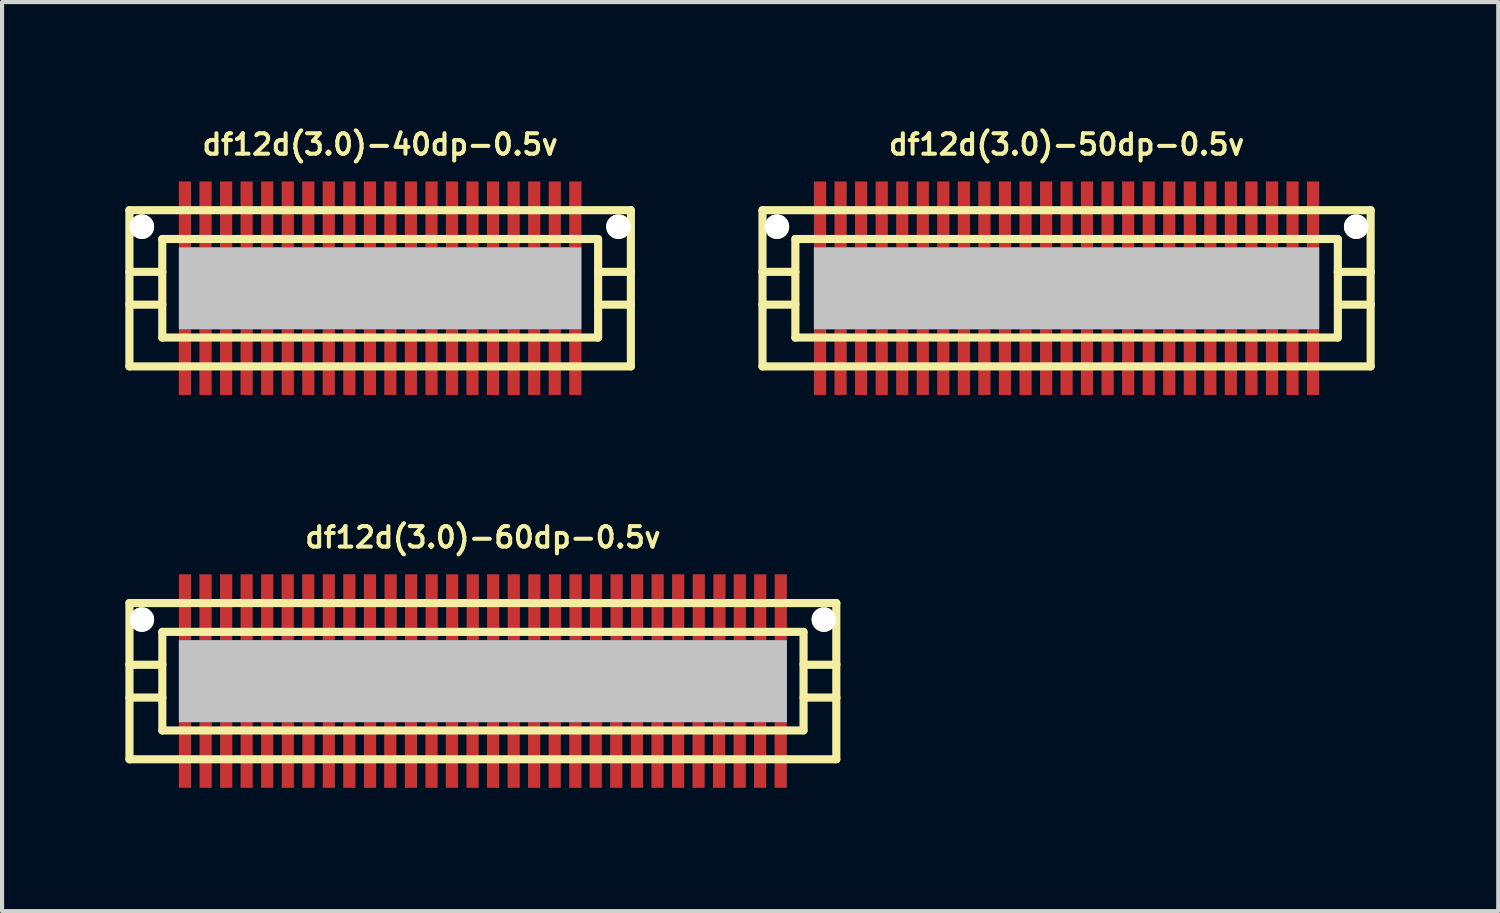
<source format=kicad_pcb>
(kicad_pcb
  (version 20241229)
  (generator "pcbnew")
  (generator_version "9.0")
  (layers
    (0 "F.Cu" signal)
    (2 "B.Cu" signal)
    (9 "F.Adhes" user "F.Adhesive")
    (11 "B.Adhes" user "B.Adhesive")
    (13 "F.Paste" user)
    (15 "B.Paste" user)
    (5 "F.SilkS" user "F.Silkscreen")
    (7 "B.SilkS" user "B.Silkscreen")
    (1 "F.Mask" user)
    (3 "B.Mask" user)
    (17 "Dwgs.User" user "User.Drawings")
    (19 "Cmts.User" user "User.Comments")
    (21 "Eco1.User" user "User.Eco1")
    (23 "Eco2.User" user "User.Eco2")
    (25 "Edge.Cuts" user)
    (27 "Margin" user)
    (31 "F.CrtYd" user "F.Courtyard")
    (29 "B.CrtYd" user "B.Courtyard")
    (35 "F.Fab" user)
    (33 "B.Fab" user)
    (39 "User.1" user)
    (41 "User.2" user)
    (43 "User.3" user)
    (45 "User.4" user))
  (footprint "df12d(3.0)-60dp-0.5v"
    (layer "F.Cu")
    (at 8.7 13.525)
    (property "Reference" "df12d(3.0)-60dp-0.5v" (at 0 -3.5 0) (layer "F.SilkS") (effects (font (size 0.498 0.498) (thickness 0.099))))
    (attr smd)
    (fp_line (start -8.6 -1.9) (end -8.6 1.9) (stroke (width 0.198) (type solid)) (layer "F.SilkS"))
    (fp_line (start -8.6 1.9) (end 8.6 1.9) (stroke (width 0.198) (type solid)) (layer "F.SilkS"))
    (fp_line (start -7.8 -1.199) (end 7.8 -1.199) (stroke (width 0.198) (type solid)) (layer "F.SilkS"))
    (fp_line (start -7.8 -0.399) (end -8.6 -0.399) (stroke (width 0.198) (type solid)) (layer "F.SilkS"))
    (fp_line (start -7.8 0.399) (end -8.6 0.399) (stroke (width 0.198) (type solid)) (layer "F.SilkS"))
    (fp_line (start -7.8 1.199) (end -7.8 -1.199) (stroke (width 0.198) (type solid)) (layer "F.SilkS"))
    (fp_line (start 7.8 1.199) (end -7.8 1.199) (stroke (width 0.198) (type solid)) (layer "F.SilkS"))
    (fp_line (start 7.803 -1.199) (end 7.803 1.199) (stroke (width 0.198) (type solid)) (layer "F.SilkS"))
    (fp_line (start 7.803 -0.399) (end 8.603 -0.399) (stroke (width 0.198) (type solid)) (layer "F.SilkS"))
    (fp_line (start 8.6 -1.9) (end -8.6 -1.9) (stroke (width 0.198) (type solid)) (layer "F.SilkS"))
    (fp_line (start 8.6 1.9) (end 8.6 -1.9) (stroke (width 0.198) (type solid)) (layer "F.SilkS"))
    (fp_line (start 8.603 0.399) (end 7.803 0.399) (stroke (width 0.198) (type solid)) (layer "F.SilkS"))
    (pad "" np_thru_hole circle (at -8.298 -1.499) (size 0.597 0.597) (drill 0.597) (layers "*.Cu" "*.Mask" "F.SilkS"))
    (pad "" smd rect (at 0 0) (size 14.798 1.999) (layers "Dwgs.User"))
    (pad "" np_thru_hole circle (at 8.298 -1.499) (size 0.597 0.597) (drill 0.597) (layers "*.Cu" "*.Mask" "F.SilkS"))
    (pad "1" smd rect (at 7.247 1.796) (size 0.297 1.598) (layers "F.Cu" "F.Mask" "F.Paste"))
    (pad "2" smd rect (at 6.746 1.796) (size 0.297 1.598) (layers "F.Cu" "F.Mask" "F.Paste"))
    (pad "3" smd rect (at 6.248 1.796) (size 0.297 1.598) (layers "F.Cu" "F.Mask" "F.Paste"))
    (pad "4" smd rect (at 5.748 1.796) (size 0.297 1.598) (layers "F.Cu" "F.Mask" "F.Paste"))
    (pad "5" smd rect (at 5.248 1.796) (size 0.297 1.598) (layers "F.Cu" "F.Mask" "F.Paste"))
    (pad "6" smd rect (at 4.75 1.796) (size 0.297 1.598) (layers "F.Cu" "F.Mask" "F.Paste"))
    (pad "7" smd rect (at 4.249 1.796) (size 0.297 1.598) (layers "F.Cu" "F.Mask" "F.Paste"))
    (pad "8" smd rect (at 3.749 1.796) (size 0.297 1.598) (layers "F.Cu" "F.Mask" "F.Paste"))
    (pad "9" smd rect (at 3.246 1.796) (size 0.297 1.598) (layers "F.Cu" "F.Mask" "F.Paste"))
    (pad "10" smd rect (at 2.746 1.796) (size 0.297 1.598) (layers "F.Cu" "F.Mask" "F.Paste"))
    (pad "11" smd rect (at 2.25 1.796) (size 0.297 1.598) (layers "F.Cu" "F.Mask" "F.Paste"))
    (pad "12" smd rect (at 1.748 1.796) (size 0.297 1.598) (layers "F.Cu" "F.Mask" "F.Paste"))
    (pad "13" smd rect (at 1.247 1.796) (size 0.297 1.598) (layers "F.Cu" "F.Mask" "F.Paste"))
    (pad "14" smd rect (at 0.749 1.796) (size 0.297 1.598) (layers "F.Cu" "F.Mask" "F.Paste"))
    (pad "15" smd rect (at 0.249 1.796) (size 0.297 1.598) (layers "F.Cu" "F.Mask" "F.Paste"))
    (pad "16" smd rect (at -0.251 1.796) (size 0.297 1.598) (layers "F.Cu" "F.Mask" "F.Paste"))
    (pad "17" smd rect (at -0.754 1.796) (size 0.297 1.598) (layers "F.Cu" "F.Mask" "F.Paste"))
    (pad "18" smd rect (at -1.25 1.796) (size 0.297 1.598) (layers "F.Cu" "F.Mask" "F.Paste"))
    (pad "19" smd rect (at -1.75 1.796) (size 0.297 1.598) (layers "F.Cu" "F.Mask" "F.Paste"))
    (pad "20" smd rect (at -2.253 1.796) (size 0.297 1.598) (layers "F.Cu" "F.Mask" "F.Paste"))
    (pad "21" smd rect (at -2.746 1.796) (size 0.297 1.598) (layers "F.Cu" "F.Mask" "F.Paste"))
    (pad "22" smd rect (at -3.249 1.796) (size 0.297 1.598) (layers "F.Cu" "F.Mask" "F.Paste"))
    (pad "23" smd rect (at -3.749 1.796) (size 0.297 1.598) (layers "F.Cu" "F.Mask" "F.Paste"))
    (pad "24" smd rect (at -4.244 1.796) (size 0.297 1.598) (layers "F.Cu" "F.Mask" "F.Paste"))
    (pad "25" smd rect (at -4.747 1.796) (size 0.297 1.598) (layers "F.Cu" "F.Mask" "F.Paste"))
    (pad "26" smd rect (at -5.248 1.796) (size 0.297 1.598) (layers "F.Cu" "F.Mask" "F.Paste"))
    (pad "27" smd rect (at -5.748 1.796) (size 0.297 1.598) (layers "F.Cu" "F.Mask" "F.Paste"))
    (pad "28" smd rect (at -6.246 1.796) (size 0.297 1.598) (layers "F.Cu" "F.Mask" "F.Paste"))
    (pad "29" smd rect (at -6.746 1.796) (size 0.297 1.598) (layers "F.Cu" "F.Mask" "F.Paste"))
    (pad "30" smd rect (at -7.249 1.796) (size 0.297 1.598) (layers "F.Cu" "F.Mask" "F.Paste"))
    (pad "31" smd rect (at -7.249 -1.801) (size 0.297 1.598) (layers "F.Cu" "F.Mask" "F.Paste"))
    (pad "32" smd rect (at -6.749 -1.801) (size 0.297 1.598) (layers "F.Cu" "F.Mask" "F.Paste"))
    (pad "33" smd rect (at -6.248 -1.801) (size 0.297 1.598) (layers "F.Cu" "F.Mask" "F.Paste"))
    (pad "34" smd rect (at -5.748 -1.801) (size 0.297 1.598) (layers "F.Cu" "F.Mask" "F.Paste"))
    (pad "35" smd rect (at -5.248 -1.801) (size 0.297 1.598) (layers "F.Cu" "F.Mask" "F.Paste"))
    (pad "36" smd rect (at -4.75 -1.801) (size 0.297 1.598) (layers "F.Cu" "F.Mask" "F.Paste"))
    (pad "37" smd rect (at -4.249 -1.801) (size 0.297 1.598) (layers "F.Cu" "F.Mask" "F.Paste"))
    (pad "38" smd rect (at -3.749 -1.801) (size 0.297 1.598) (layers "F.Cu" "F.Mask" "F.Paste"))
    (pad "39" smd rect (at -3.249 -1.801) (size 0.297 1.598) (layers "F.Cu" "F.Mask" "F.Paste"))
    (pad "40" smd rect (at -2.748 -1.801) (size 0.297 1.598) (layers "F.Cu" "F.Mask" "F.Paste"))
    (pad "41" smd rect (at -2.245 -1.801) (size 0.297 1.598) (layers "F.Cu" "F.Mask" "F.Paste"))
    (pad "42" smd rect (at -1.745 -1.801) (size 0.297 1.598) (layers "F.Cu" "F.Mask" "F.Paste"))
    (pad "43" smd rect (at -1.247 -1.801) (size 0.297 1.598) (layers "F.Cu" "F.Mask" "F.Paste"))
    (pad "44" smd rect (at -0.747 -1.801) (size 0.297 1.598) (layers "F.Cu" "F.Mask" "F.Paste"))
    (pad "45" smd rect (at -0.246 -1.801) (size 0.297 1.598) (layers "F.Cu" "F.Mask" "F.Paste"))
    (pad "46" smd rect (at 0.251 -1.801) (size 0.297 1.598) (layers "F.Cu" "F.Mask" "F.Paste"))
    (pad "47" smd rect (at 0.752 -1.801) (size 0.297 1.598) (layers "F.Cu" "F.Mask" "F.Paste"))
    (pad "48" smd rect (at 1.252 -1.801) (size 0.297 1.598) (layers "F.Cu" "F.Mask" "F.Paste"))
    (pad "49" smd rect (at 1.755 -1.801) (size 0.297 1.598) (layers "F.Cu" "F.Mask" "F.Paste"))
    (pad "50" smd rect (at 2.256 -1.801) (size 0.297 1.598) (layers "F.Cu" "F.Mask" "F.Paste"))
    (pad "51" smd rect (at 2.751 -1.801) (size 0.297 1.598) (layers "F.Cu" "F.Mask" "F.Paste"))
    (pad "52" smd rect (at 3.254 -1.801) (size 0.297 1.598) (layers "F.Cu" "F.Mask" "F.Paste"))
    (pad "53" smd rect (at 3.754 -1.801) (size 0.297 1.598) (layers "F.Cu" "F.Mask" "F.Paste"))
    (pad "54" smd rect (at 4.252 -1.801) (size 0.297 1.598) (layers "F.Cu" "F.Mask" "F.Paste"))
    (pad "55" smd rect (at 4.752 -1.801) (size 0.297 1.598) (layers "F.Cu" "F.Mask" "F.Paste"))
    (pad "56" smd rect (at 5.253 -1.801) (size 0.297 1.598) (layers "F.Cu" "F.Mask" "F.Paste"))
    (pad "57" smd rect (at 5.756 -1.801) (size 0.297 1.598) (layers "F.Cu" "F.Mask" "F.Paste"))
    (pad "58" smd rect (at 6.251 -1.801) (size 0.297 1.598) (layers "F.Cu" "F.Mask" "F.Paste"))
    (pad "59" smd rect (at 6.749 -1.801) (size 0.297 1.598) (layers "F.Cu" "F.Mask" "F.Paste"))
    (pad "60" smd rect (at 7.249 -1.801) (size 0.297 1.598) (layers "F.Cu" "F.Mask" "F.Paste")))
  (footprint "df12d(3.0)-40dp-0.5v"
    (layer "F.Cu")
    (at 6.2 3.965)
    (property "Reference" "df12d(3.0)-40dp-0.5v" (at 0 -3.5 0) (layer "F.SilkS") (effects (font (size 0.498 0.498) (thickness 0.099))))
    (attr smd)
    (fp_line (start -6.101 -1.9) (end -6.101 1.9) (stroke (width 0.198) (type solid)) (layer "F.SilkS"))
    (fp_line (start -6.101 1.9) (end 6.101 1.9) (stroke (width 0.198) (type solid)) (layer "F.SilkS"))
    (fp_line (start -5.301 -1.199) (end 5.301 -1.199) (stroke (width 0.198) (type solid)) (layer "F.SilkS"))
    (fp_line (start -5.301 -0.399) (end -6.101 -0.399) (stroke (width 0.198) (type solid)) (layer "F.SilkS"))
    (fp_line (start -5.301 0.399) (end -6.101 0.399) (stroke (width 0.198) (type solid)) (layer "F.SilkS"))
    (fp_line (start -5.301 1.199) (end -5.301 -1.199) (stroke (width 0.198) (type solid)) (layer "F.SilkS"))
    (fp_line (start 5.301 1.199) (end -5.301 1.199) (stroke (width 0.198) (type solid)) (layer "F.SilkS"))
    (fp_line (start 5.304 -1.199) (end 5.304 1.199) (stroke (width 0.198) (type solid)) (layer "F.SilkS"))
    (fp_line (start 5.304 -0.399) (end 6.104 -0.399) (stroke (width 0.198) (type solid)) (layer "F.SilkS"))
    (fp_line (start 6.101 -1.9) (end -6.101 -1.9) (stroke (width 0.198) (type solid)) (layer "F.SilkS"))
    (fp_line (start 6.101 1.9) (end 6.101 -1.9) (stroke (width 0.198) (type solid)) (layer "F.SilkS"))
    (fp_line (start 6.104 0.399) (end 5.304 0.399) (stroke (width 0.198) (type solid)) (layer "F.SilkS"))
    (pad "" np_thru_hole circle (at -5.799 -1.499) (size 0.597 0.597) (drill 0.597) (layers "*.Cu" "*.Mask" "F.SilkS"))
    (pad "" smd rect (at 0 0) (size 9.799 1.999) (layers "Dwgs.User"))
    (pad "" np_thru_hole circle (at 5.799 -1.499) (size 0.597 0.597) (drill 0.597) (layers "*.Cu" "*.Mask" "F.SilkS"))
    (pad "1" smd rect (at 4.75 1.796) (size 0.297 1.598) (layers "F.Cu" "F.Mask" "F.Paste"))
    (pad "2" smd rect (at 4.249 1.796) (size 0.297 1.598) (layers "F.Cu" "F.Mask" "F.Paste"))
    (pad "3" smd rect (at 3.749 1.796) (size 0.297 1.598) (layers "F.Cu" "F.Mask" "F.Paste"))
    (pad "4" smd rect (at 3.249 1.796) (size 0.297 1.598) (layers "F.Cu" "F.Mask" "F.Paste"))
    (pad "5" smd rect (at 2.748 1.796) (size 0.297 1.598) (layers "F.Cu" "F.Mask" "F.Paste"))
    (pad "6" smd rect (at 2.248 1.796) (size 0.297 1.598) (layers "F.Cu" "F.Mask" "F.Paste"))
    (pad "7" smd rect (at 1.748 1.796) (size 0.297 1.598) (layers "F.Cu" "F.Mask" "F.Paste"))
    (pad "8" smd rect (at 1.25 1.796) (size 0.297 1.598) (layers "F.Cu" "F.Mask" "F.Paste"))
    (pad "9" smd rect (at 0.749 1.796) (size 0.297 1.598) (layers "F.Cu" "F.Mask" "F.Paste"))
    (pad "10" smd rect (at 0.249 1.796) (size 0.297 1.598) (layers "F.Cu" "F.Mask" "F.Paste"))
    (pad "11" smd rect (at -0.249 1.796) (size 0.297 1.598) (layers "F.Cu" "F.Mask" "F.Paste"))
    (pad "12" smd rect (at -0.749 1.796) (size 0.297 1.598) (layers "F.Cu" "F.Mask" "F.Paste"))
    (pad "13" smd rect (at -1.25 1.796) (size 0.297 1.598) (layers "F.Cu" "F.Mask" "F.Paste"))
    (pad "14" smd rect (at -1.748 1.796) (size 0.297 1.598) (layers "F.Cu" "F.Mask" "F.Paste"))
    (pad "15" smd rect (at -2.248 1.796) (size 0.297 1.598) (layers "F.Cu" "F.Mask" "F.Paste"))
    (pad "16" smd rect (at -2.748 1.796) (size 0.297 1.598) (layers "F.Cu" "F.Mask" "F.Paste"))
    (pad "17" smd rect (at -3.249 1.796) (size 0.297 1.598) (layers "F.Cu" "F.Mask" "F.Paste"))
    (pad "18" smd rect (at -3.749 1.796) (size 0.297 1.598) (layers "F.Cu" "F.Mask" "F.Paste"))
    (pad "19" smd rect (at -4.249 1.796) (size 0.297 1.598) (layers "F.Cu" "F.Mask" "F.Paste"))
    (pad "20" smd rect (at -4.75 1.796) (size 0.297 1.598) (layers "F.Cu" "F.Mask" "F.Paste"))
    (pad "21" smd rect (at -4.75 -1.801) (size 0.297 1.598) (layers "F.Cu" "F.Mask" "F.Paste"))
    (pad "22" smd rect (at -4.249 -1.801) (size 0.297 1.598) (layers "F.Cu" "F.Mask" "F.Paste"))
    (pad "23" smd rect (at -3.749 -1.801) (size 0.297 1.598) (layers "F.Cu" "F.Mask" "F.Paste"))
    (pad "24" smd rect (at -3.249 -1.801) (size 0.297 1.598) (layers "F.Cu" "F.Mask" "F.Paste"))
    (pad "25" smd rect (at -2.748 -1.801) (size 0.297 1.598) (layers "F.Cu" "F.Mask" "F.Paste"))
    (pad "26" smd rect (at -2.248 -1.801) (size 0.297 1.598) (layers "F.Cu" "F.Mask" "F.Paste"))
    (pad "27" smd rect (at -1.748 -1.801) (size 0.297 1.598) (layers "F.Cu" "F.Mask" "F.Paste"))
    (pad "28" smd rect (at -1.25 -1.801) (size 0.297 1.598) (layers "F.Cu" "F.Mask" "F.Paste"))
    (pad "29" smd rect (at -0.749 -1.801) (size 0.297 1.598) (layers "F.Cu" "F.Mask" "F.Paste"))
    (pad "30" smd rect (at -0.249 -1.801) (size 0.297 1.598) (layers "F.Cu" "F.Mask" "F.Paste"))
    (pad "31" smd rect (at 0.249 -1.801) (size 0.297 1.598) (layers "F.Cu" "F.Mask" "F.Paste"))
    (pad "32" smd rect (at 0.749 -1.801) (size 0.297 1.598) (layers "F.Cu" "F.Mask" "F.Paste"))
    (pad "33" smd rect (at 1.25 -1.801) (size 0.297 1.598) (layers "F.Cu" "F.Mask" "F.Paste"))
    (pad "34" smd rect (at 1.748 -1.801) (size 0.297 1.598) (layers "F.Cu" "F.Mask" "F.Paste"))
    (pad "35" smd rect (at 2.248 -1.801) (size 0.297 1.598) (layers "F.Cu" "F.Mask" "F.Paste"))
    (pad "36" smd rect (at 2.748 -1.801) (size 0.297 1.598) (layers "F.Cu" "F.Mask" "F.Paste"))
    (pad "37" smd rect (at 3.249 -1.801) (size 0.297 1.598) (layers "F.Cu" "F.Mask" "F.Paste"))
    (pad "38" smd rect (at 3.749 -1.801) (size 0.297 1.598) (layers "F.Cu" "F.Mask" "F.Paste"))
    (pad "39" smd rect (at 4.249 -1.801) (size 0.297 1.598) (layers "F.Cu" "F.Mask" "F.Paste"))
    (pad "40" smd rect (at 4.75 -1.801) (size 0.297 1.598) (layers "F.Cu" "F.Mask" "F.Paste")))
  (footprint "df12d(3.0)-50dp-0.5v"
    (layer "F.Cu")
    (at 22.903 3.965)
    (property "Reference" "df12d(3.0)-50dp-0.5v" (at 0 -3.5 0) (layer "F.SilkS") (effects (font (size 0.498 0.498) (thickness 0.099))))
    (attr smd)
    (fp_line (start -7.399 -1.9) (end -7.399 1.9) (stroke (width 0.198) (type solid)) (layer "F.SilkS"))
    (fp_line (start -7.399 1.9) (end 7.399 1.9) (stroke (width 0.198) (type solid)) (layer "F.SilkS"))
    (fp_line (start -6.601 -0.399) (end -7.402 -0.399) (stroke (width 0.198) (type solid)) (layer "F.SilkS"))
    (fp_line (start -6.601 0.399) (end -7.402 0.399) (stroke (width 0.198) (type solid)) (layer "F.SilkS"))
    (fp_line (start -6.599 -1.199) (end 6.599 -1.199) (stroke (width 0.198) (type solid)) (layer "F.SilkS"))
    (fp_line (start -6.599 1.199) (end -6.599 -1.199) (stroke (width 0.198) (type solid)) (layer "F.SilkS"))
    (fp_line (start 6.599 1.199) (end -6.599 1.199) (stroke (width 0.198) (type solid)) (layer "F.SilkS"))
    (fp_line (start 6.601 -1.199) (end 6.601 1.199) (stroke (width 0.198) (type solid)) (layer "F.SilkS"))
    (fp_line (start 6.601 -0.399) (end 7.402 -0.399) (stroke (width 0.198) (type solid)) (layer "F.SilkS"))
    (fp_line (start 7.399 -1.9) (end -7.399 -1.9) (stroke (width 0.198) (type solid)) (layer "F.SilkS"))
    (fp_line (start 7.399 1.9) (end 7.399 -1.9) (stroke (width 0.198) (type solid)) (layer "F.SilkS"))
    (fp_line (start 7.404 0.399) (end 6.604 0.399) (stroke (width 0.198) (type solid)) (layer "F.SilkS"))
    (pad "" np_thru_hole circle (at -7.048 -1.499) (size 0.597 0.597) (drill 0.597) (layers "*.Cu" "*.Mask" "F.SilkS"))
    (pad "" smd rect (at 0 0) (size 12.299 1.999) (layers "Dwgs.User"))
    (pad "" np_thru_hole circle (at 7.048 -1.499) (size 0.597 0.597) (drill 0.597) (layers "*.Cu" "*.Mask" "F.SilkS"))
    (pad "1" smd rect (at 5.999 1.796) (size 0.297 1.598) (layers "F.Cu" "F.Mask" "F.Paste"))
    (pad "2" smd rect (at 5.499 1.796) (size 0.297 1.598) (layers "F.Cu" "F.Mask" "F.Paste"))
    (pad "3" smd rect (at 4.999 1.796) (size 0.297 1.598) (layers "F.Cu" "F.Mask" "F.Paste"))
    (pad "4" smd rect (at 4.498 1.796) (size 0.297 1.598) (layers "F.Cu" "F.Mask" "F.Paste"))
    (pad "5" smd rect (at 3.998 1.796) (size 0.297 1.598) (layers "F.Cu" "F.Mask" "F.Paste"))
    (pad "6" smd rect (at 3.498 1.796) (size 0.297 1.598) (layers "F.Cu" "F.Mask" "F.Paste"))
    (pad "7" smd rect (at 3 1.796) (size 0.297 1.598) (layers "F.Cu" "F.Mask" "F.Paste"))
    (pad "8" smd rect (at 2.499 1.796) (size 0.297 1.598) (layers "F.Cu" "F.Mask" "F.Paste"))
    (pad "9" smd rect (at 1.999 1.796) (size 0.297 1.598) (layers "F.Cu" "F.Mask" "F.Paste"))
    (pad "10" smd rect (at 1.499 1.796) (size 0.297 1.598) (layers "F.Cu" "F.Mask" "F.Paste"))
    (pad "11" smd rect (at 0.998 1.796) (size 0.297 1.598) (layers "F.Cu" "F.Mask" "F.Paste"))
    (pad "12" smd rect (at 0.498 1.796) (size 0.297 1.598) (layers "F.Cu" "F.Mask" "F.Paste"))
    (pad "13" smd rect (at 0 1.796) (size 0.297 1.598) (layers "F.Cu" "F.Mask" "F.Paste"))
    (pad "14" smd rect (at -0.498 1.796) (size 0.297 1.598) (layers "F.Cu" "F.Mask" "F.Paste"))
    (pad "15" smd rect (at -0.998 1.796) (size 0.297 1.598) (layers "F.Cu" "F.Mask" "F.Paste"))
    (pad "16" smd rect (at -1.499 1.796) (size 0.297 1.598) (layers "F.Cu" "F.Mask" "F.Paste"))
    (pad "17" smd rect (at -1.999 1.796) (size 0.297 1.598) (layers "F.Cu" "F.Mask" "F.Paste"))
    (pad "18" smd rect (at -2.499 1.796) (size 0.297 1.598) (layers "F.Cu" "F.Mask" "F.Paste"))
    (pad "19" smd rect (at -3 1.796) (size 0.297 1.598) (layers "F.Cu" "F.Mask" "F.Paste"))
    (pad "20" smd rect (at -3.498 1.796) (size 0.297 1.598) (layers "F.Cu" "F.Mask" "F.Paste"))
    (pad "21" smd rect (at -3.998 1.796) (size 0.297 1.598) (layers "F.Cu" "F.Mask" "F.Paste"))
    (pad "22" smd rect (at -4.498 1.796) (size 0.297 1.598) (layers "F.Cu" "F.Mask" "F.Paste"))
    (pad "23" smd rect (at -4.999 1.796) (size 0.297 1.598) (layers "F.Cu" "F.Mask" "F.Paste"))
    (pad "24" smd rect (at -5.499 1.796) (size 0.297 1.598) (layers "F.Cu" "F.Mask" "F.Paste"))
    (pad "25" smd rect (at -5.999 1.796) (size 0.297 1.598) (layers "F.Cu" "F.Mask" "F.Paste"))
    (pad "26" smd rect (at -5.999 -1.801) (size 0.297 1.598) (layers "F.Cu" "F.Mask" "F.Paste"))
    (pad "27" smd rect (at -5.499 -1.801) (size 0.297 1.598) (layers "F.Cu" "F.Mask" "F.Paste"))
    (pad "28" smd rect (at -4.999 -1.801) (size 0.297 1.598) (layers "F.Cu" "F.Mask" "F.Paste"))
    (pad "29" smd rect (at -4.498 -1.801) (size 0.297 1.598) (layers "F.Cu" "F.Mask" "F.Paste"))
    (pad "30" smd rect (at -3.998 -1.801) (size 0.297 1.598) (layers "F.Cu" "F.Mask" "F.Paste"))
    (pad "31" smd rect (at -3.498 -1.801) (size 0.297 1.598) (layers "F.Cu" "F.Mask" "F.Paste"))
    (pad "32" smd rect (at -3 -1.801) (size 0.297 1.598) (layers "F.Cu" "F.Mask" "F.Paste"))
    (pad "33" smd rect (at -2.499 -1.801) (size 0.297 1.598) (layers "F.Cu" "F.Mask" "F.Paste"))
    (pad "34" smd rect (at -1.999 -1.801) (size 0.297 1.598) (layers "F.Cu" "F.Mask" "F.Paste"))
    (pad "35" smd rect (at -1.499 -1.801) (size 0.297 1.598) (layers "F.Cu" "F.Mask" "F.Paste"))
    (pad "36" smd rect (at -0.998 -1.801) (size 0.297 1.598) (layers "F.Cu" "F.Mask" "F.Paste"))
    (pad "37" smd rect (at -0.498 -1.801) (size 0.297 1.598) (layers "F.Cu" "F.Mask" "F.Paste"))
    (pad "38" smd rect (at 0 -1.801) (size 0.297 1.598) (layers "F.Cu" "F.Mask" "F.Paste"))
    (pad "39" smd rect (at 0.498 -1.801) (size 0.297 1.598) (layers "F.Cu" "F.Mask" "F.Paste"))
    (pad "40" smd rect (at 0.998 -1.801) (size 0.297 1.598) (layers "F.Cu" "F.Mask" "F.Paste"))
    (pad "41" smd rect (at 1.499 -1.801) (size 0.297 1.598) (layers "F.Cu" "F.Mask" "F.Paste"))
    (pad "42" smd rect (at 1.999 -1.801) (size 0.297 1.598) (layers "F.Cu" "F.Mask" "F.Paste"))
    (pad "43" smd rect (at 2.499 -1.801) (size 0.297 1.598) (layers "F.Cu" "F.Mask" "F.Paste"))
    (pad "44" smd rect (at 3 -1.801) (size 0.297 1.598) (layers "F.Cu" "F.Mask" "F.Paste"))
    (pad "45" smd rect (at 3.498 -1.801) (size 0.297 1.598) (layers "F.Cu" "F.Mask" "F.Paste"))
    (pad "46" smd rect (at 3.998 -1.801) (size 0.297 1.598) (layers "F.Cu" "F.Mask" "F.Paste"))
    (pad "47" smd rect (at 4.498 -1.801) (size 0.297 1.598) (layers "F.Cu" "F.Mask" "F.Paste"))
    (pad "48" smd rect (at 4.999 -1.801) (size 0.297 1.598) (layers "F.Cu" "F.Mask" "F.Paste"))
    (pad "49" smd rect (at 5.499 -1.801) (size 0.297 1.598) (layers "F.Cu" "F.Mask" "F.Paste"))
    (pad "50" smd rect (at 5.999 -1.801) (size 0.297 1.598) (layers "F.Cu" "F.Mask" "F.Paste")))
  (gr_rect
    (start -3 -3)
    (end 33.407 19.12)
    (stroke (width 0.1) (type default))
    (fill no)
    (layer "Edge.Cuts")))
</source>
